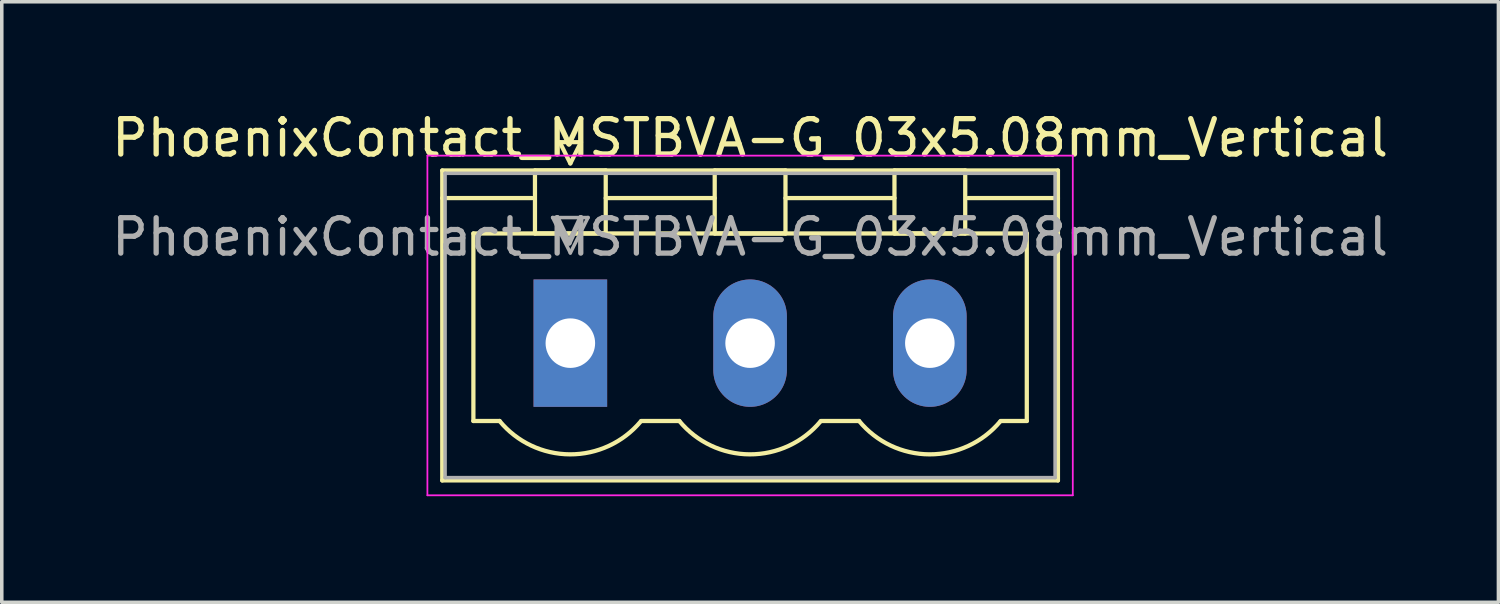
<source format=kicad_pcb>
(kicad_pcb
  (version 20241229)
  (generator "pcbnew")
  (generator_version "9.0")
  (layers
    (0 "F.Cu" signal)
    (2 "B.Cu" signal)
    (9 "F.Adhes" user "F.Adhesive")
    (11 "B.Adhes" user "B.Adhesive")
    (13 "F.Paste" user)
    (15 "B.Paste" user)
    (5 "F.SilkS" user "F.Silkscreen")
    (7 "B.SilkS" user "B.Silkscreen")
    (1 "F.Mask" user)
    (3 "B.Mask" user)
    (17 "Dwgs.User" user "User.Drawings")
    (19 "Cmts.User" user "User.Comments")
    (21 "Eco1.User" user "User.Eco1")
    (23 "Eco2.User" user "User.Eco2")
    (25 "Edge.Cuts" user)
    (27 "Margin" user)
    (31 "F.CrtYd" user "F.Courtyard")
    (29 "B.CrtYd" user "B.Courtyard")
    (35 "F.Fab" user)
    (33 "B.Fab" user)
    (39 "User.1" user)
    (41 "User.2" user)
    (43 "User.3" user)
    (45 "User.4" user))
  (footprint "PhoenixContact_MSTBVA-G_03x5.08mm_Vertical"
    (layer "F.Cu")
    (at 13.069 6.648)
    (property "Reference" "PhoenixContact_MSTBVA-G_03x5.08mm_Vertical" (at 5.08 -5.8 0) (layer "F.SilkS") (effects (font (size 1 1) (thickness 0.15))))
    (attr through_hole)
    (fp_line (start -3.62 -4.88) (end -3.62 3.88) (stroke (width 0.12) (type solid)) (layer "F.SilkS"))
    (fp_line (start -3.62 -4.1) (end -1.08 -4.1) (stroke (width 0.12) (type solid)) (layer "F.SilkS"))
    (fp_line (start -3.62 3.88) (end 13.78 3.88) (stroke (width 0.12) (type solid)) (layer "F.SilkS"))
    (fp_line (start -2.74 -3.1) (end 12.9 -3.1) (stroke (width 0.12) (type solid)) (layer "F.SilkS"))
    (fp_line (start -2.74 2.2) (end -2.74 -3.1) (stroke (width 0.12) (type solid)) (layer "F.SilkS"))
    (fp_line (start -2 2.2) (end -2.74 2.2) (stroke (width 0.12) (type solid)) (layer "F.SilkS"))
    (fp_line (start -1 -4.88) (end 1 -4.88) (stroke (width 0.12) (type solid)) (layer "F.SilkS"))
    (fp_line (start -1 -3.1) (end -1 -4.88) (stroke (width 0.12) (type solid)) (layer "F.SilkS"))
    (fp_line (start -0.3 -5.68) (end 0.3 -5.68) (stroke (width 0.12) (type solid)) (layer "F.SilkS"))
    (fp_line (start 0 -5.08) (end -0.3 -5.68) (stroke (width 0.12) (type solid)) (layer "F.SilkS"))
    (fp_line (start 0.3 -5.68) (end 0 -5.08) (stroke (width 0.12) (type solid)) (layer "F.SilkS"))
    (fp_line (start 1 -4.88) (end 1 -3.1) (stroke (width 0.12) (type solid)) (layer "F.SilkS"))
    (fp_line (start 1 -4.1) (end 4.08 -4.1) (stroke (width 0.12) (type solid)) (layer "F.SilkS"))
    (fp_line (start 1 -3.1) (end -1 -3.1) (stroke (width 0.12) (type solid)) (layer "F.SilkS"))
    (fp_line (start 2 2.2) (end 3.08 2.2) (stroke (width 0.12) (type solid)) (layer "F.SilkS"))
    (fp_line (start 4.08 -4.88) (end 6.08 -4.88) (stroke (width 0.12) (type solid)) (layer "F.SilkS"))
    (fp_line (start 4.08 -3.1) (end 4.08 -4.88) (stroke (width 0.12) (type solid)) (layer "F.SilkS"))
    (fp_line (start 6.08 -4.88) (end 6.08 -3.1) (stroke (width 0.12) (type solid)) (layer "F.SilkS"))
    (fp_line (start 6.08 -4.1) (end 9.16 -4.1) (stroke (width 0.12) (type solid)) (layer "F.SilkS"))
    (fp_line (start 6.08 -3.1) (end 4.08 -3.1) (stroke (width 0.12) (type solid)) (layer "F.SilkS"))
    (fp_line (start 7.08 2.2) (end 8.16 2.2) (stroke (width 0.12) (type solid)) (layer "F.SilkS"))
    (fp_line (start 9.16 -4.88) (end 11.16 -4.88) (stroke (width 0.12) (type solid)) (layer "F.SilkS"))
    (fp_line (start 9.16 -3.1) (end 9.16 -4.88) (stroke (width 0.12) (type solid)) (layer "F.SilkS"))
    (fp_line (start 11.16 -4.88) (end 11.16 -3.1) (stroke (width 0.12) (type solid)) (layer "F.SilkS"))
    (fp_line (start 11.16 -3.1) (end 9.16 -3.1) (stroke (width 0.12) (type solid)) (layer "F.SilkS"))
    (fp_line (start 12.9 -3.1) (end 12.9 2.2) (stroke (width 0.12) (type solid)) (layer "F.SilkS"))
    (fp_line (start 12.9 2.2) (end 12.16 2.2) (stroke (width 0.12) (type solid)) (layer "F.SilkS"))
    (fp_line (start 13.78 -4.88) (end -3.62 -4.88) (stroke (width 0.12) (type solid)) (layer "F.SilkS"))
    (fp_line (start 13.78 -4.1) (end 11.24 -4.1) (stroke (width 0.12) (type solid)) (layer "F.SilkS"))
    (fp_line (start 13.78 3.88) (end 13.78 -4.88) (stroke (width 0.12) (type solid)) (layer "F.SilkS"))
    (fp_arc (start 1.986842 2.215821) (mid -0.010289 3.142758) (end -2 2.2) (stroke (width 0.12) (type solid)) (layer "F.SilkS"))
    (fp_arc (start 7.066842 2.215821) (mid 5.069711 3.142758) (end 3.08 2.2) (stroke (width 0.12) (type solid)) (layer "F.SilkS"))
    (fp_arc (start 12.146842 2.215821) (mid 10.149711 3.142758) (end 8.16 2.2) (stroke (width 0.12) (type solid)) (layer "F.SilkS"))
    (fp_line (start -4.04 -5.3) (end -4.04 4.3) (stroke (width 0.05) (type solid)) (layer "F.CrtYd"))
    (fp_line (start -4.04 4.3) (end 14.2 4.3) (stroke (width 0.05) (type solid)) (layer "F.CrtYd"))
    (fp_line (start 14.2 -5.3) (end -4.04 -5.3) (stroke (width 0.05) (type solid)) (layer "F.CrtYd"))
    (fp_line (start 14.2 4.3) (end 14.2 -5.3) (stroke (width 0.05) (type solid)) (layer "F.CrtYd"))
    (fp_line (start -3.54 -4.8) (end -3.54 3.8) (stroke (width 0.1) (type solid)) (layer "F.Fab"))
    (fp_line (start -3.54 3.8) (end 13.7 3.8) (stroke (width 0.1) (type solid)) (layer "F.Fab"))
    (fp_line (start -0.5 -3.55) (end 0.5 -3.55) (stroke (width 0.1) (type solid)) (layer "F.Fab"))
    (fp_line (start 0 -2.55) (end -0.5 -3.55) (stroke (width 0.1) (type solid)) (layer "F.Fab"))
    (fp_line (start 0.5 -3.55) (end 0 -2.55) (stroke (width 0.1) (type solid)) (layer "F.Fab"))
    (fp_line (start 13.7 -4.8) (end -3.54 -4.8) (stroke (width 0.1) (type solid)) (layer "F.Fab"))
    (fp_line (start 13.7 3.8) (end 13.7 -4.8) (stroke (width 0.1) (type solid)) (layer "F.Fab"))
    (fp_text user "${REFERENCE}" (at 5.08 -3 0) (layer "F.Fab") (effects (font (size 1 1) (thickness 0.15))))
    (pad "1" thru_hole rect (at 0 0) (size 2.08 3.6) (drill 1.4) (layers "*.Cu" "*.Mask"))
    (pad "2" thru_hole oval (at 5.08 0) (size 2.08 3.6) (drill 1.4) (layers "*.Cu" "*.Mask"))
    (pad "3" thru_hole oval (at 10.16 0) (size 2.08 3.6) (drill 1.4) (layers "*.Cu" "*.Mask")))
  (gr_rect
    (start -3 -3)
    (end 39.298 13.973)
    (stroke (width 0.1) (type default))
    (fill no)
    (layer "Edge.Cuts")))
</source>
